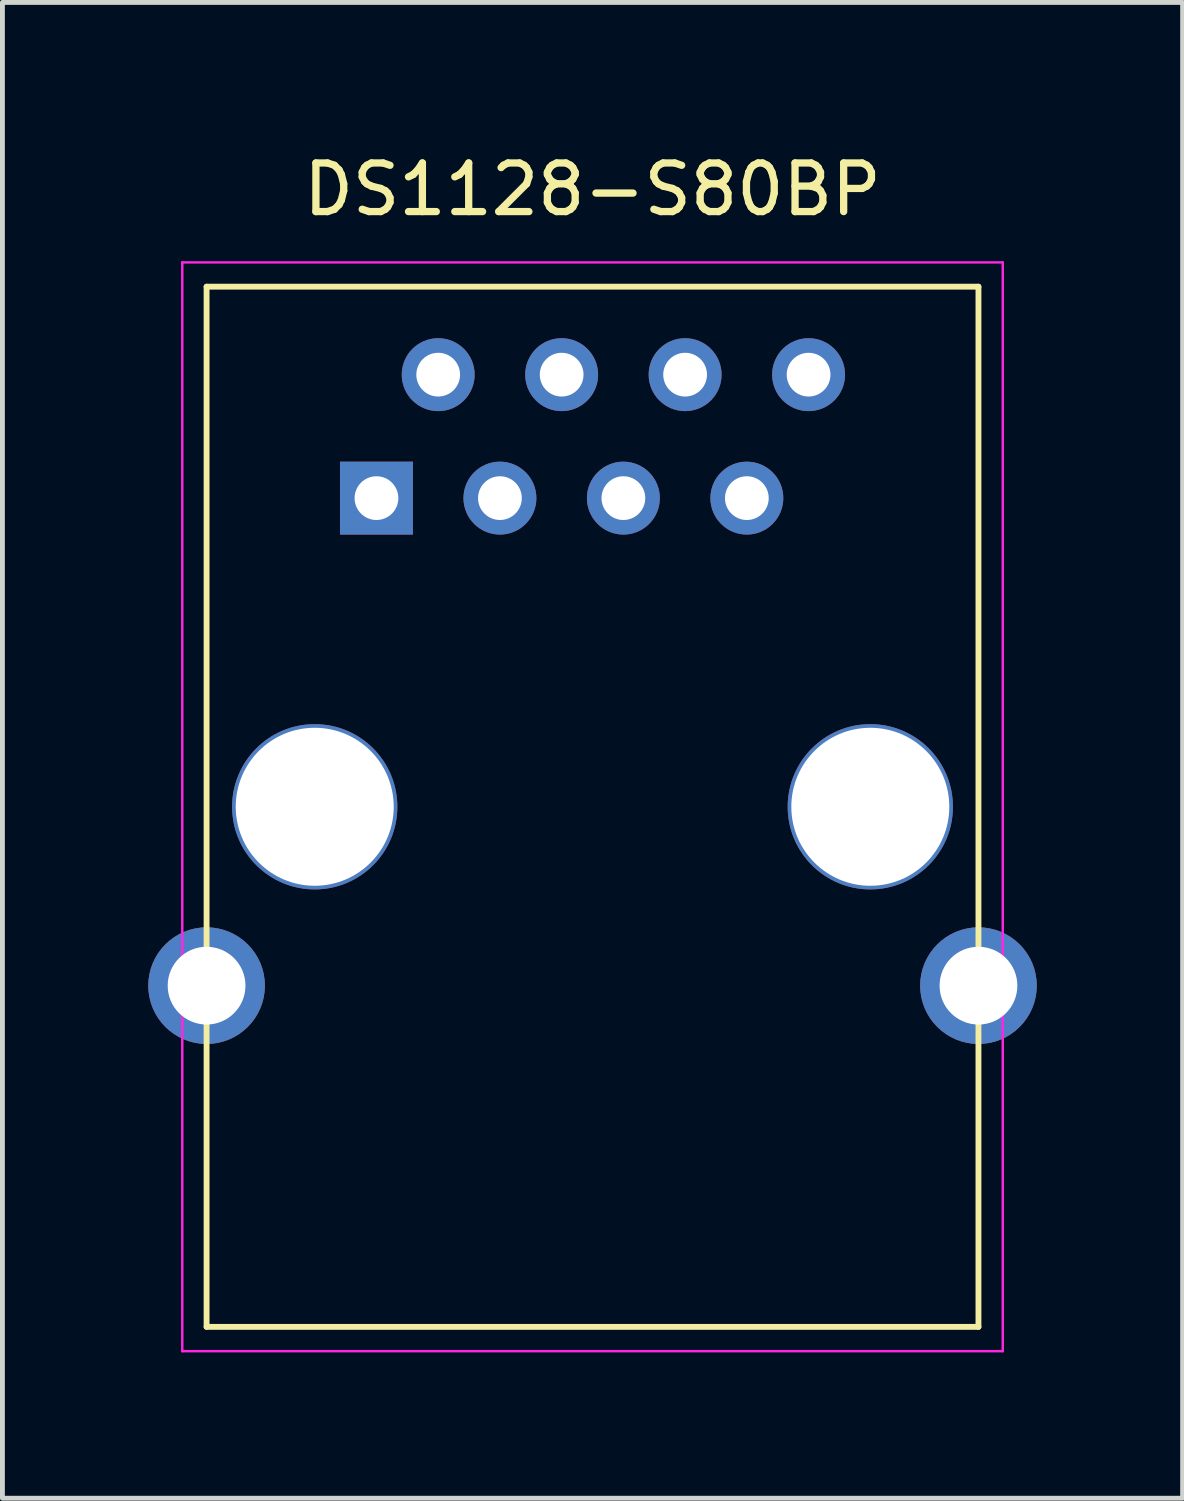
<source format=kicad_pcb>
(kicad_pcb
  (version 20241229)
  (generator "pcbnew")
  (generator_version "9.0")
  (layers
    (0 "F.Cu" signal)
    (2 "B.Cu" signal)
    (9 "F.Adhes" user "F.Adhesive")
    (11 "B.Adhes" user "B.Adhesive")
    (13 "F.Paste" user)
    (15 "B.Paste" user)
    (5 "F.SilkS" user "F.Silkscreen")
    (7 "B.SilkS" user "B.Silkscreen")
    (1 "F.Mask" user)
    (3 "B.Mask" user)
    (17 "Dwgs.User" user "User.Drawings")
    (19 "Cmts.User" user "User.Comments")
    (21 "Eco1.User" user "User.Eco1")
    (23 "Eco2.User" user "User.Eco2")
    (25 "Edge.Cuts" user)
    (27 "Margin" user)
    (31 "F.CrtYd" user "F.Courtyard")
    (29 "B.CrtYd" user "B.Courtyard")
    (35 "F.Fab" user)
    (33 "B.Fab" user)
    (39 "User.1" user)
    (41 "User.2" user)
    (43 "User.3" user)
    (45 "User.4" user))
  (footprint "DS1128-S80BP"
    (layer "F.Cu")
    (at 9.14 13.548)
    (property "Reference" "DS1128-S80BP" (at 0 -12.7 0) (layer "F.SilkS") (effects (font (size 1 1) (thickness 0.15))))
    (attr through_hole)
    (fp_line (start -7.94 -10.7) (end -7.94 10.7) (stroke (width 0.12) (type solid)) (layer "F.SilkS"))
    (fp_line (start -7.94 10.7) (end 7.94 10.7) (stroke (width 0.12) (type solid)) (layer "F.SilkS"))
    (fp_line (start 7.94 -10.7) (end -7.94 -10.7) (stroke (width 0.12) (type solid)) (layer "F.SilkS"))
    (fp_line (start 7.94 10.7) (end 7.94 -10.7) (stroke (width 0.12) (type solid)) (layer "F.SilkS"))
    (fp_line (start -8.44 -11.2) (end -8.44 11.2) (stroke (width 0.05) (type solid)) (layer "F.CrtYd"))
    (fp_line (start -8.44 11.2) (end 8.44 11.2) (stroke (width 0.05) (type solid)) (layer "F.CrtYd"))
    (fp_line (start 8.44 -11.2) (end -8.44 -11.2) (stroke (width 0.05) (type solid)) (layer "F.CrtYd"))
    (fp_line (start 8.44 11.2) (end 8.44 -11.2) (stroke (width 0.05) (type solid)) (layer "F.CrtYd"))
    (pad "" thru_hole circle (at -5.715 0) (size 3.4 3.4) (drill 3.25) (layers "*.Cu" "*.Mask"))
    (pad "" thru_hole circle (at 5.715 0) (size 3.4 3.4) (drill 3.25) (layers "*.Cu" "*.Mask"))
    (pad "1" thru_hole rect (at -4.445 -6.35) (size 1.5 1.5) (drill 0.9) (layers "*.Cu" "*.Mask"))
    (pad "2" thru_hole circle (at -3.175 -8.89) (size 1.5 1.5) (drill 0.9) (layers "*.Cu" "*.Mask"))
    (pad "3" thru_hole circle (at -1.905 -6.35) (size 1.5 1.5) (drill 0.9) (layers "*.Cu" "*.Mask"))
    (pad "4" thru_hole circle (at -0.635 -8.89) (size 1.5 1.5) (drill 0.9) (layers "*.Cu" "*.Mask"))
    (pad "5" thru_hole circle (at 0.635 -6.35) (size 1.5 1.5) (drill 0.9) (layers "*.Cu" "*.Mask"))
    (pad "6" thru_hole circle (at 1.905 -8.89) (size 1.5 1.5) (drill 0.9) (layers "*.Cu" "*.Mask"))
    (pad "7" thru_hole circle (at 3.175 -6.35) (size 1.5 1.5) (drill 0.9) (layers "*.Cu" "*.Mask"))
    (pad "8" thru_hole circle (at 4.445 -8.89) (size 1.5 1.5) (drill 0.9) (layers "*.Cu" "*.Mask"))
    (pad "SH" thru_hole circle (at -7.94 3.68) (size 2.4 2.4) (drill 1.6) (layers "*.Cu" "*.Mask"))
    (pad "SH" thru_hole circle (at 7.94 3.68) (size 2.4 2.4) (drill 1.6) (layers "*.Cu" "*.Mask")))
  (gr_rect
    (start -3 -3)
    (end 21.28 27.773)
    (stroke (width 0.1) (type default))
    (fill no)
    (layer "Edge.Cuts")))
</source>
